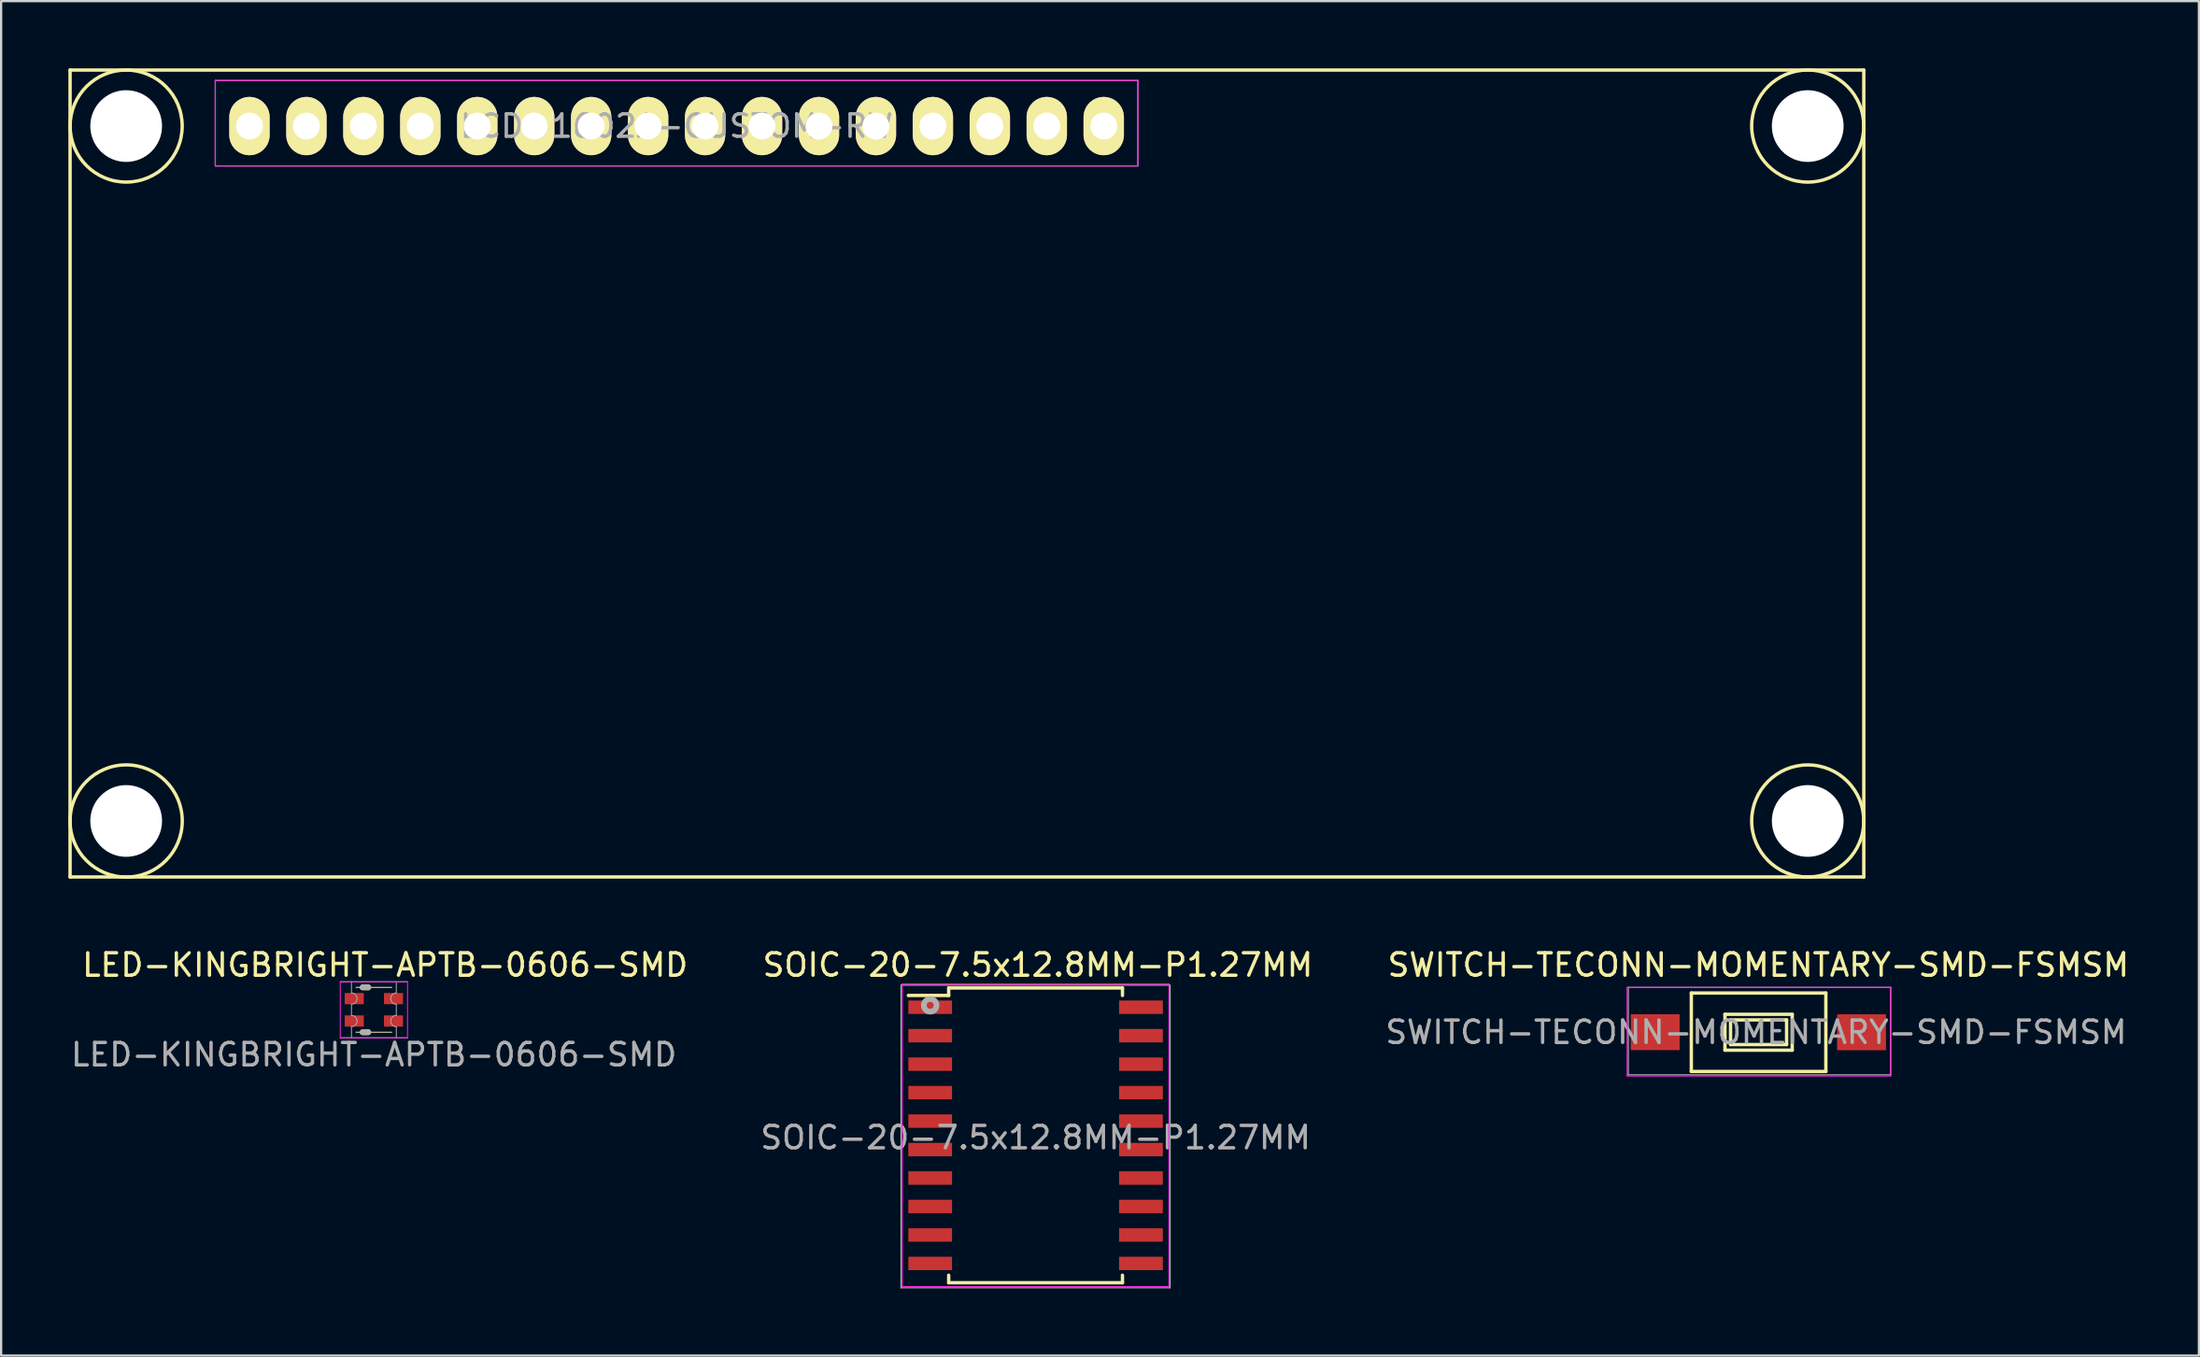
<source format=kicad_pcb>
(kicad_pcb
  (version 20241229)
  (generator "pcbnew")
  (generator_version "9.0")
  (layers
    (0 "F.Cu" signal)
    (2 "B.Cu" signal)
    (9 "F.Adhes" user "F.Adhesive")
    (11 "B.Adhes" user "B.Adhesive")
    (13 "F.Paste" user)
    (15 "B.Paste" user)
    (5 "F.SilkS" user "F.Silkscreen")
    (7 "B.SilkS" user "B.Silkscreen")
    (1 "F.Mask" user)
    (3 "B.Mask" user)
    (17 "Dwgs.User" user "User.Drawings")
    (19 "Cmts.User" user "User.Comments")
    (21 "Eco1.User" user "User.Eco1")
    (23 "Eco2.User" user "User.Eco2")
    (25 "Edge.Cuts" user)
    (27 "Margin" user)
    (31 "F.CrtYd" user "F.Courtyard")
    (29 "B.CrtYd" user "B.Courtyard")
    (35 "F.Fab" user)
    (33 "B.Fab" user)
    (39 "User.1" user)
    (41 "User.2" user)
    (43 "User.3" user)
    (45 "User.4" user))
  (footprint "SWITCH-TECONN-MOMENTARY-SMD-FSMSM"
    (layer "F.Cu")
    (at 75.373 43)
    (property "Reference" "SWITCH-TECONN-MOMENTARY-SMD-FSMSM" (at -0.1 0 0) (layer "F.Fab") (effects (font (size 1 1) (thickness 0.15))))
    (attr smd)
    (fp_line (start -2.99 -1.75) (end -2.99 1.75) (stroke (width 0.15) (type solid)) (layer "F.SilkS"))
    (fp_line (start -2.99 -1.75) (end 3.01 -1.75) (stroke (width 0.15) (type solid)) (layer "F.SilkS"))
    (fp_line (start -2.99 1.75) (end 3.01 1.75) (stroke (width 0.15) (type solid)) (layer "F.SilkS"))
    (fp_line (start -1.49 -0.8) (end -1.49 0.8) (stroke (width 0.15) (type solid)) (layer "F.SilkS"))
    (fp_line (start -1.49 -0.8) (end 1.51 -0.8) (stroke (width 0.15) (type solid)) (layer "F.SilkS"))
    (fp_line (start -1.49 0.8) (end 1.51 0.8) (stroke (width 0.15) (type solid)) (layer "F.SilkS"))
    (fp_line (start -1.24 -0.55) (end 1.26 -0.55) (stroke (width 0.15) (type solid)) (layer "F.SilkS"))
    (fp_line (start -1.24 0.55) (end -1.24 -0.55) (stroke (width 0.15) (type solid)) (layer "F.SilkS"))
    (fp_line (start 1.26 -0.55) (end 1.26 0.55) (stroke (width 0.15) (type solid)) (layer "F.SilkS"))
    (fp_line (start 1.26 0.55) (end -1.24 0.55) (stroke (width 0.15) (type solid)) (layer "F.SilkS"))
    (fp_line (start 1.51 -0.8) (end 1.51 0.8) (stroke (width 0.15) (type solid)) (layer "F.SilkS"))
    (fp_line (start 3.01 -1.75) (end 3.01 1.75) (stroke (width 0.15) (type solid)) (layer "F.SilkS"))
    (fp_line (start -5.85 -2) (end -5.85 1.95) (stroke (width 0.05) (type solid)) (layer "F.CrtYd"))
    (fp_line (start -5.85 -2) (end 5.9 -2) (stroke (width 0.05) (type solid)) (layer "F.CrtYd"))
    (fp_line (start -5.85 1.95) (end 5.9 1.95) (stroke (width 0.05) (type solid)) (layer "F.CrtYd"))
    (fp_line (start 5.9 -2) (end 5.9 1.95) (stroke (width 0.05) (type solid)) (layer "F.CrtYd"))
    (fp_line (start -5.8 -2) (end -5.8 1.9) (stroke (width 0.051) (type solid)) (layer "F.Fab"))
    (fp_line (start -5.8 1.9) (end 5.9 1.9) (stroke (width 0.051) (type solid)) (layer "F.Fab"))
    (fp_line (start 5.9 -2) (end -5.8 -2) (stroke (width 0.051) (type solid)) (layer "F.Fab"))
    (fp_line (start 5.9 1.9) (end 5.9 -2) (stroke (width 0.051) (type solid)) (layer "F.Fab"))
    (fp_text user "${REFERENCE}" (at 0 -3 0) (layer "F.SilkS") (effects (font (size 1 1) (thickness 0.15))))
    (pad "1" smd rect (at -4.602 -0.002) (size 2.18 1.6) (layers "F.Cu" "F.Mask" "F.Paste"))
    (pad "2" smd rect (at 4.602 0.002) (size 2.18 1.6) (layers "F.Cu" "F.Mask" "F.Paste")))
  (footprint "LCD-1602A-CUSTOM-RW"
    (layer "F.Cu")
    (at 8.076 2.574)
    (property "Reference" "LCD-1602A-CUSTOM-RW" (at 19.05 0 0) (layer "F.Fab") (effects (font (size 1 1) (thickness 0.15))))
    (attr through_hole)
    (fp_line (start -8.001 -2.499) (end 71.999 -2.499) (stroke (width 0.15) (type solid)) (layer "F.SilkS"))
    (fp_line (start -8.001 33.5) (end -8.001 -2.499) (stroke (width 0.15) (type solid)) (layer "F.SilkS"))
    (fp_line (start 71.999 -2.499) (end 71.999 33.5) (stroke (width 0.15) (type solid)) (layer "F.SilkS"))
    (fp_line (start 71.999 33.5) (end -8.001 33.5) (stroke (width 0.15) (type solid)) (layer "F.SilkS"))
    (fp_circle (center -5.499 0) (end -3 0) (stroke (width 0.15) (type solid)) (fill no) (layer "F.SilkS"))
    (fp_circle (center -5.499 31.001) (end -8.001 31.001) (stroke (width 0.15) (type solid)) (fill no) (layer "F.SilkS"))
    (fp_circle (center 69.499 0) (end 71.999 0) (stroke (width 0.15) (type solid)) (fill no) (layer "F.SilkS"))
    (fp_circle (center 69.499 31.001) (end 71.999 31.001) (stroke (width 0.15) (type solid)) (fill no) (layer "F.SilkS"))
    (fp_line (start -1.524 -2.032) (end -1.524 -1.778) (stroke (width 0.05) (type solid)) (layer "F.CrtYd"))
    (fp_line (start -1.524 -1.778) (end -1.524 1.778) (stroke (width 0.05) (type solid)) (layer "F.CrtYd"))
    (fp_line (start -1.524 1.778) (end 39.624 1.778) (stroke (width 0.05) (type solid)) (layer "F.CrtYd"))
    (fp_line (start 39.624 -2.032) (end -1.524 -2.032) (stroke (width 0.05) (type solid)) (layer "F.CrtYd"))
    (fp_line (start 39.624 1.778) (end 39.624 -2.032) (stroke (width 0.05) (type solid)) (layer "F.CrtYd"))
    (fp_line (start -1.524 -2.032) (end -1.524 1.778) (stroke (width 0.05) (type solid)) (layer "F.Fab"))
    (fp_line (start -1.524 1.778) (end 39.624 1.778) (stroke (width 0.05) (type solid)) (layer "F.Fab"))
    (fp_line (start 39.624 -2.032) (end -1.524 -2.032) (stroke (width 0.05) (type solid)) (layer "F.Fab"))
    (fp_line (start 39.624 1.778) (end 39.624 -2.032) (stroke (width 0.05) (type solid)) (layer "F.Fab"))
    (pad "" np_thru_hole circle (at -5.499 0) (size 3.2 3.2) (drill 3.2) (layers "*.Cu"))
    (pad "" np_thru_hole circle (at -5.499 31.001) (size 3.2 3.2) (drill 3.2) (layers "*.Cu" "*.Mask"))
    (pad "" np_thru_hole circle (at 69.499 0) (size 3.2 3.2) (drill 3.2) (layers "*.Cu"))
    (pad "" np_thru_hole circle (at 69.499 31.001) (size 3.2 3.2) (drill 3.2) (layers "*.Cu"))
    (pad "1" thru_hole oval (at 0 0) (size 1.8 2.6) (drill 1.2) (layers "*.Cu" "*.Mask" "F.SilkS"))
    (pad "2" thru_hole oval (at 2.54 0) (size 1.8 2.6) (drill 1.2) (layers "*.Cu" "*.Mask" "F.SilkS"))
    (pad "3" thru_hole oval (at 5.08 0) (size 1.8 2.6) (drill 1.2) (layers "*.Cu" "*.Mask" "F.SilkS"))
    (pad "4" thru_hole oval (at 7.62 0) (size 1.8 2.6) (drill 1.2) (layers "*.Cu" "*.Mask" "F.SilkS"))
    (pad "5" thru_hole oval (at 10.16 0) (size 1.8 2.6) (drill 1.2) (layers "*.Cu" "*.Mask" "F.SilkS"))
    (pad "6" thru_hole oval (at 12.7 0) (size 1.8 2.6) (drill 1.2) (layers "*.Cu" "*.Mask" "F.SilkS"))
    (pad "7" thru_hole oval (at 15.24 0) (size 1.8 2.6) (drill 1.2) (layers "*.Cu" "*.Mask" "F.SilkS"))
    (pad "8" thru_hole oval (at 17.78 0) (size 1.8 2.6) (drill 1.2) (layers "*.Cu" "*.Mask" "F.SilkS"))
    (pad "9" thru_hole oval (at 20.32 0) (size 1.8 2.6) (drill 1.2) (layers "*.Cu" "*.Mask" "F.SilkS"))
    (pad "10" thru_hole oval (at 22.86 0) (size 1.8 2.6) (drill 1.2) (layers "*.Cu" "*.Mask" "F.SilkS"))
    (pad "11" thru_hole oval (at 25.4 0) (size 1.8 2.6) (drill 1.2) (layers "*.Cu" "*.Mask" "F.SilkS"))
    (pad "12" thru_hole oval (at 27.94 0) (size 1.8 2.6) (drill 1.2) (layers "*.Cu" "*.Mask" "F.SilkS"))
    (pad "13" thru_hole oval (at 30.48 0) (size 1.8 2.6) (drill 1.2) (layers "*.Cu" "*.Mask" "F.SilkS"))
    (pad "14" thru_hole oval (at 33.02 0) (size 1.8 2.6) (drill 1.2) (layers "*.Cu" "*.Mask" "F.SilkS"))
    (pad "15" thru_hole oval (at 35.56 0) (size 1.8 2.6) (drill 1.2) (layers "*.Cu" "*.Mask" "F.SilkS"))
    (pad "16" thru_hole oval (at 38.1 0) (size 1.8 2.6) (drill 1.2) (layers "*.Cu" "*.Mask" "F.SilkS")))
  (footprint "LED-KINGBRIGHT-APTB-0606-SMD"
    (layer "F.Cu")
    (at 13.625 42)
    (property "Reference" "LED-KINGBRIGHT-APTB-0606-SMD" (at 0 2 180) (layer "F.Fab") (effects (font (size 1 1) (thickness 0.15))))
    (attr through_hole)
    (fp_line (start -0.8 -1) (end 0.8 -1) (stroke (width 0.041) (type solid)) (layer "F.SilkS"))
    (fp_line (start -0.8 1) (end 0.8 1) (stroke (width 0.041) (type solid)) (layer "F.SilkS"))
    (fp_line (start -0.5 -1) (end -0.25 -1) (stroke (width 0.254) (type solid)) (layer "F.SilkS"))
    (fp_line (start -0.5 1) (end -0.25 1) (stroke (width 0.254) (type solid)) (layer "F.SilkS"))
    (fp_line (start -1.5 -1.25) (end 1.5 -1.25) (stroke (width 0.041) (type solid)) (layer "F.CrtYd"))
    (fp_line (start -1.5 1.25) (end -1.5 -1.25) (stroke (width 0.041) (type solid)) (layer "F.CrtYd"))
    (fp_line (start 1.5 -1.25) (end 1.5 1.25) (stroke (width 0.041) (type solid)) (layer "F.CrtYd"))
    (fp_line (start 1.5 1.25) (end -1.5 1.25) (stroke (width 0.041) (type solid)) (layer "F.CrtYd"))
    (fp_line (start -1.5 1.25) (end 1.5 1.25) (stroke (width 0.041) (type solid)) (layer "F.Fab"))
    (fp_line (start -1 -1.25) (end -1 -0.75) (stroke (width 0.041) (type solid)) (layer "F.Fab"))
    (fp_line (start -1 -0.25) (end -1 0.25) (stroke (width 0.041) (type solid)) (layer "F.Fab"))
    (fp_line (start -1 0.75) (end -1 1.25) (stroke (width 0.041) (type solid)) (layer "F.Fab"))
    (fp_line (start -0.5 -1) (end -0.25 -1) (stroke (width 0.254) (type solid)) (layer "F.Fab"))
    (fp_line (start -0.5 1) (end -0.25 1) (stroke (width 0.254) (type solid)) (layer "F.Fab"))
    (fp_line (start 1 -0.75) (end 1 -1.25) (stroke (width 0.041) (type solid)) (layer "F.Fab"))
    (fp_line (start 1 0.25) (end 1 -0.25) (stroke (width 0.041) (type solid)) (layer "F.Fab"))
    (fp_line (start 1 1.25) (end 1 0.75) (stroke (width 0.041) (type solid)) (layer "F.Fab"))
    (fp_line (start 1.5 -1.25) (end -1.5 -1.25) (stroke (width 0.041) (type solid)) (layer "F.Fab"))
    (fp_arc (start -1 -0.75) (mid -0.75 -0.5) (end -1 -0.25) (stroke (width 0.04064) (type solid)) (layer "F.Fab"))
    (fp_arc (start -1 0.25) (mid -0.75 0.5) (end -1 0.75) (stroke (width 0.04064) (type solid)) (layer "F.Fab"))
    (fp_arc (start 1 -0.25) (mid 0.75 -0.5) (end 1 -0.75) (stroke (width 0.04064) (type solid)) (layer "F.Fab"))
    (fp_arc (start 1 0.75) (mid 0.75 0.5) (end 1 0.25) (stroke (width 0.04064) (type solid)) (layer "F.Fab"))
    (fp_text user "${REFERENCE}" (at 0.5 -2 0) (layer "F.SilkS") (effects (font (size 1 1) (thickness 0.15))))
    (pad "1" smd rect (at 0.875 -0.5) (size 0.85 0.5) (layers "F.Cu" "F.Mask" "F.Paste"))
    (pad "2" smd rect (at -0.875 -0.5) (size 0.85 0.5) (layers "F.Cu" "F.Mask" "F.Paste"))
    (pad "3" smd rect (at 0.875 0.5) (size 0.85 0.5) (layers "F.Cu" "F.Mask" "F.Paste"))
    (pad "4" smd rect (at -0.875 0.5) (size 0.85 0.5) (layers "F.Cu" "F.Mask" "F.Paste")))
  (footprint "SOIC-20-7.5x12.8MM-P1.27MM"
    (layer "F.Cu")
    (at 43.137 47.6)
    (property "Reference" "SOIC-20-7.5x12.8MM-P1.27MM" (at 0 0.1 0) (layer "F.Fab") (effects (font (size 1 1) (thickness 0.15))))
    (attr smd)
    (fp_line (start -3.875 -6.575) (end -3.875 -6.24) (stroke (width 0.15) (type solid)) (layer "F.SilkS"))
    (fp_line (start -3.875 -6.575) (end 3.875 -6.575) (stroke (width 0.15) (type solid)) (layer "F.SilkS"))
    (fp_line (start -3.875 -6.24) (end -5.675 -6.24) (stroke (width 0.15) (type solid)) (layer "F.SilkS"))
    (fp_line (start -3.875 6.575) (end -3.875 6.24) (stroke (width 0.15) (type solid)) (layer "F.SilkS"))
    (fp_line (start -3.875 6.575) (end 3.875 6.575) (stroke (width 0.15) (type solid)) (layer "F.SilkS"))
    (fp_line (start 3.875 -6.575) (end 3.875 -6.24) (stroke (width 0.15) (type solid)) (layer "F.SilkS"))
    (fp_line (start 3.875 6.575) (end 3.875 6.24) (stroke (width 0.15) (type solid)) (layer "F.SilkS"))
    (fp_line (start -5.95 -6.75) (end -5.95 6.75) (stroke (width 0.05) (type solid)) (layer "F.CrtYd"))
    (fp_line (start -5.95 -6.75) (end 5.95 -6.75) (stroke (width 0.05) (type solid)) (layer "F.CrtYd"))
    (fp_line (start -5.95 6.75) (end 5.95 6.75) (stroke (width 0.05) (type solid)) (layer "F.CrtYd"))
    (fp_line (start 5.95 -6.75) (end 5.95 6.75) (stroke (width 0.05) (type solid)) (layer "F.CrtYd"))
    (fp_line (start -6 -6.7) (end -6 6.8) (stroke (width 0.051) (type solid)) (layer "F.Fab"))
    (fp_line (start -6 6.8) (end 6 6.8) (stroke (width 0.051) (type solid)) (layer "F.Fab"))
    (fp_line (start 6 -6.7) (end -6 -6.7) (stroke (width 0.051) (type solid)) (layer "F.Fab"))
    (fp_line (start 6 6.8) (end 6 -6.7) (stroke (width 0.051) (type solid)) (layer "F.Fab"))
    (fp_circle (center -4.7 -5.8) (end -4.5 -5.6) (stroke (width 0.254) (type solid)) (fill no) (layer "F.Fab"))
    (fp_text user "${REFERENCE}" (at 0.1 -7.6 0) (layer "F.SilkS") (effects (font (size 1 1) (thickness 0.15))))
    (pad "1" smd rect (at -4.7 -5.715) (size 1.95 0.6) (layers "F.Cu" "F.Mask" "F.Paste"))
    (pad "2" smd rect (at -4.7 -4.445) (size 1.95 0.6) (layers "F.Cu" "F.Mask" "F.Paste"))
    (pad "3" smd rect (at -4.7 -3.175) (size 1.95 0.6) (layers "F.Cu" "F.Mask" "F.Paste"))
    (pad "4" smd rect (at -4.7 -1.905) (size 1.95 0.6) (layers "F.Cu" "F.Mask" "F.Paste"))
    (pad "5" smd rect (at -4.7 -0.635) (size 1.95 0.6) (layers "F.Cu" "F.Mask" "F.Paste"))
    (pad "6" smd rect (at -4.7 0.635) (size 1.95 0.6) (layers "F.Cu" "F.Mask" "F.Paste"))
    (pad "7" smd rect (at -4.7 1.905) (size 1.95 0.6) (layers "F.Cu" "F.Mask" "F.Paste"))
    (pad "8" smd rect (at -4.7 3.175) (size 1.95 0.6) (layers "F.Cu" "F.Mask" "F.Paste"))
    (pad "9" smd rect (at -4.7 4.445) (size 1.95 0.6) (layers "F.Cu" "F.Mask" "F.Paste"))
    (pad "10" smd rect (at -4.7 5.715) (size 1.95 0.6) (layers "F.Cu" "F.Mask" "F.Paste"))
    (pad "11" smd rect (at 4.7 5.715) (size 1.95 0.6) (layers "F.Cu" "F.Mask" "F.Paste"))
    (pad "12" smd rect (at 4.7 4.445) (size 1.95 0.6) (layers "F.Cu" "F.Mask" "F.Paste"))
    (pad "13" smd rect (at 4.7 3.175) (size 1.95 0.6) (layers "F.Cu" "F.Mask" "F.Paste"))
    (pad "14" smd rect (at 4.7 1.905) (size 1.95 0.6) (layers "F.Cu" "F.Mask" "F.Paste"))
    (pad "15" smd rect (at 4.7 0.635) (size 1.95 0.6) (layers "F.Cu" "F.Mask" "F.Paste"))
    (pad "16" smd rect (at 4.7 -0.635) (size 1.95 0.6) (layers "F.Cu" "F.Mask" "F.Paste"))
    (pad "17" smd rect (at 4.7 -1.905) (size 1.95 0.6) (layers "F.Cu" "F.Mask" "F.Paste"))
    (pad "18" smd rect (at 4.7 -3.175) (size 1.95 0.6) (layers "F.Cu" "F.Mask" "F.Paste"))
    (pad "19" smd rect (at 4.7 -4.445) (size 1.95 0.6) (layers "F.Cu" "F.Mask" "F.Paste"))
    (pad "20" smd rect (at 4.7 -5.715) (size 1.95 0.6) (layers "F.Cu" "F.Mask" "F.Paste")))
  (gr_rect
    (start -3 -3)
    (end 95.021 57.426)
    (stroke (width 0.1) (type default))
    (fill no)
    (layer "Edge.Cuts")))
</source>
